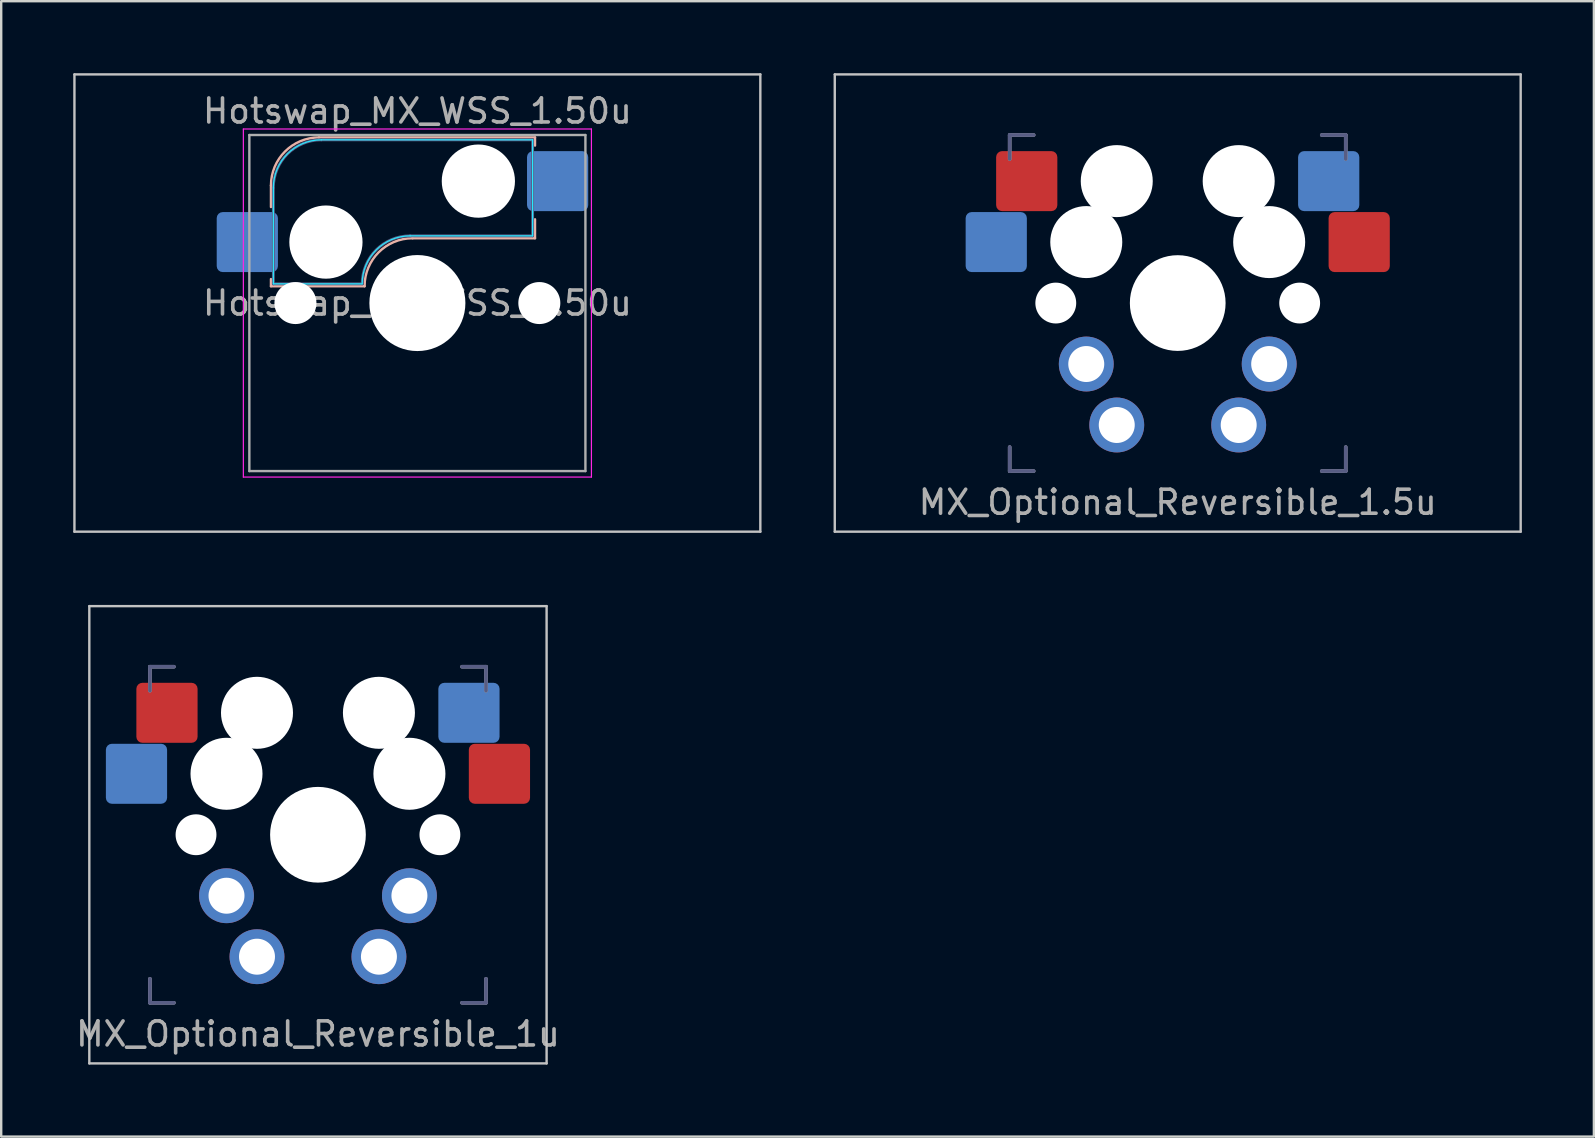
<source format=kicad_pcb>
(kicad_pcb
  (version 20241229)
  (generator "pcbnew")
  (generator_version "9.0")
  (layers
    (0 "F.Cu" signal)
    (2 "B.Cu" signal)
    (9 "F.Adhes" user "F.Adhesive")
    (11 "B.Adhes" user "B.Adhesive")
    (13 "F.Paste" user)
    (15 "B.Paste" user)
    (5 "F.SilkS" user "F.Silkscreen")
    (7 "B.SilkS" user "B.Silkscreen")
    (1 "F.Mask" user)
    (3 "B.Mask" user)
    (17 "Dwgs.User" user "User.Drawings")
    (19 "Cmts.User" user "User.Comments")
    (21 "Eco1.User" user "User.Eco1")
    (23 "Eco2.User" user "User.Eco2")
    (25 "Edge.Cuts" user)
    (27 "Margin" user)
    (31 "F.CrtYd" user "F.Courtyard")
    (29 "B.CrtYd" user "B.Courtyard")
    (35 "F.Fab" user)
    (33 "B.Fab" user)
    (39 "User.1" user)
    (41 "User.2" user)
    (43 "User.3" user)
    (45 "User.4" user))
  (footprint "Hotswap_MX_WSS_1.50u"
    (layer "F.Cu")
    (at 14.338 9.575)
    (property "Reference" "Hotswap_MX_WSS_1.50u" (at -0.000001 -8 0) (layer "F.Fab") (effects (font (size 1 1) (thickness 0.15))))
    (attr smd)
    (fp_line (start -6.1 -4.9) (end -6.1 -4) (stroke (width 0.1) (type default)) (layer "B.SilkS"))
    (fp_line (start -6.1 -0.7) (end -6.1 -1) (stroke (width 0.1) (type default)) (layer "B.SilkS"))
    (fp_line (start -6.1 -0.7) (end -2.2 -0.7) (stroke (width 0.1) (type default)) (layer "B.SilkS"))
    (fp_line (start -4.1 -6.9) (end 4.9 -6.9) (stroke (width 0.1) (type solid)) (layer "B.SilkS"))
    (fp_line (start -0.2 -2.7) (end 4.9 -2.7) (stroke (width 0.1) (type solid)) (layer "B.SilkS"))
    (fp_line (start 4.9 -6.9) (end 4.9 -6.56) (stroke (width 0.1) (type default)) (layer "B.SilkS"))
    (fp_line (start 4.9 -2.7) (end 4.9 -3.49) (stroke (width 0.1) (type default)) (layer "B.SilkS"))
    (fp_arc (start -6.1 -4.9) (mid -5.514214 -6.314214) (end -4.1 -6.9) (stroke (width 0.1) (type solid)) (layer "B.SilkS"))
    (fp_arc (start -2.2 -0.7) (mid -1.614214 -2.114213) (end -0.200001 -2.7) (stroke (width 0.1) (type solid)) (layer "B.SilkS"))
    (fp_line (start -14.287 -9.525) (end -14.287 9.525) (stroke (width 0.1) (type solid)) (layer "Dwgs.User"))
    (fp_line (start -14.287 9.525) (end 14.287 9.525) (stroke (width 0.1) (type solid)) (layer "Dwgs.User"))
    (fp_line (start 14.287 -9.525) (end -14.287 -9.525) (stroke (width 0.1) (type solid)) (layer "Dwgs.User"))
    (fp_line (start 14.287 9.525) (end 14.287 -9.525) (stroke (width 0.1) (type solid)) (layer "Dwgs.User"))
    (fp_line (start -7.8 2.9) (end -7 2.9) (stroke (width 0.1) (type solid)) (layer "Eco1.User"))
    (fp_line (start -7.8 -6) (end -7 -6) (stroke (width 0.1) (type solid)) (layer "Eco1.User"))
    (fp_line (start -7.8 6) (end -7.8 2.9) (stroke (width 0.1) (type solid)) (layer "Eco1.User"))
    (fp_line (start -7.8 -2.9) (end -7.8 -6) (stroke (width 0.1) (type solid)) (layer "Eco1.User"))
    (fp_line (start -7 -7) (end 7 -7) (stroke (width 0.1) (type solid)) (layer "Eco1.User"))
    (fp_line (start -7 -6) (end -7 -7) (stroke (width 0.1) (type solid)) (layer "Eco1.User"))
    (fp_line (start -7 -2.9) (end -7.8 -2.9) (stroke (width 0.1) (type solid)) (layer "Eco1.User"))
    (fp_line (start -7 2.9) (end -7 -2.9) (stroke (width 0.1) (type solid)) (layer "Eco1.User"))
    (fp_line (start -7 6) (end -7.8 6) (stroke (width 0.1) (type solid)) (layer "Eco1.User"))
    (fp_line (start -7 7) (end -7 6) (stroke (width 0.1) (type solid)) (layer "Eco1.User"))
    (fp_line (start 7 -7) (end 7 -6) (stroke (width 0.1) (type solid)) (layer "Eco1.User"))
    (fp_line (start 7 -6) (end 7.8 -6) (stroke (width 0.1) (type solid)) (layer "Eco1.User"))
    (fp_line (start 7 -2.9) (end 7 2.9) (stroke (width 0.1) (type solid)) (layer "Eco1.User"))
    (fp_line (start 7 2.9) (end 7.8 2.9) (stroke (width 0.1) (type solid)) (layer "Eco1.User"))
    (fp_line (start 7 6) (end 7 7) (stroke (width 0.1) (type solid)) (layer "Eco1.User"))
    (fp_line (start 7 7) (end -7 7) (stroke (width 0.1) (type solid)) (layer "Eco1.User"))
    (fp_line (start 7.8 2.9) (end 7.8 6) (stroke (width 0.1) (type solid)) (layer "Eco1.User"))
    (fp_line (start 7.8 -6) (end 7.8 -2.9) (stroke (width 0.1) (type solid)) (layer "Eco1.User"))
    (fp_line (start 7.8 6) (end 7 6) (stroke (width 0.1) (type solid)) (layer "Eco1.User"))
    (fp_line (start 7.8 -2.9) (end 7 -2.9) (stroke (width 0.1) (type solid)) (layer "Eco1.User"))
    (fp_line (start -6 -0.8) (end -6 -4.8) (stroke (width 0.05) (type solid)) (layer "B.CrtYd"))
    (fp_line (start -6 -0.8) (end -2.3 -0.8) (stroke (width 0.05) (type solid)) (layer "B.CrtYd"))
    (fp_line (start -4 -6.8) (end 4.8 -6.8) (stroke (width 0.05) (type solid)) (layer "B.CrtYd"))
    (fp_line (start -0.3 -2.8) (end 4.8 -2.8) (stroke (width 0.05) (type solid)) (layer "B.CrtYd"))
    (fp_line (start 4.8 -6.8) (end 4.8 -2.8) (stroke (width 0.05) (type solid)) (layer "B.CrtYd"))
    (fp_arc (start -6 -4.8) (mid -5.414214 -6.214213) (end -4 -6.8) (stroke (width 0.05) (type solid)) (layer "B.CrtYd"))
    (fp_arc (start -2.3 -0.8) (mid -1.714214 -2.214213) (end -0.3 -2.8) (stroke (width 0.05) (type solid)) (layer "B.CrtYd"))
    (fp_line (start -7.25 -7.25) (end -7.25 7.25) (stroke (width 0.05) (type solid)) (layer "F.CrtYd"))
    (fp_line (start -7.25 7.25) (end 7.25 7.25) (stroke (width 0.05) (type solid)) (layer "F.CrtYd"))
    (fp_line (start 7.25 -7.25) (end -7.25 -7.25) (stroke (width 0.05) (type solid)) (layer "F.CrtYd"))
    (fp_line (start 7.25 7.25) (end 7.25 -7.25) (stroke (width 0.05) (type solid)) (layer "F.CrtYd"))
    (fp_line (start -6 -0.8) (end -6 -4.8) (stroke (width 0.12) (type solid)) (layer "B.Fab"))
    (fp_line (start -6 -0.8) (end -2.3 -0.8) (stroke (width 0.12) (type solid)) (layer "B.Fab"))
    (fp_line (start -4 -6.8) (end 4.8 -6.8) (stroke (width 0.12) (type solid)) (layer "B.Fab"))
    (fp_line (start -0.3 -2.8) (end 4.8 -2.8) (stroke (width 0.12) (type solid)) (layer "B.Fab"))
    (fp_line (start 4.8 -6.8) (end 4.8 -2.8) (stroke (width 0.12) (type solid)) (layer "B.Fab"))
    (fp_arc (start -6 -4.8) (mid -5.414214 -6.214213) (end -4 -6.8) (stroke (width 0.12) (type solid)) (layer "B.Fab"))
    (fp_arc (start -2.3 -0.8) (mid -1.714214 -2.214213) (end -0.3 -2.8) (stroke (width 0.12) (type solid)) (layer "B.Fab"))
    (fp_line (start -7 -7) (end -7 7) (stroke (width 0.1) (type solid)) (layer "F.Fab"))
    (fp_line (start -7 7) (end 7 7) (stroke (width 0.1) (type solid)) (layer "F.Fab"))
    (fp_line (start 7 -7) (end -7 -7) (stroke (width 0.1) (type solid)) (layer "F.Fab"))
    (fp_line (start 7 7) (end 7 -7) (stroke (width 0.1) (type solid)) (layer "F.Fab"))
    (fp_text user "${REFERENCE}" (at 0 0 0) (layer "F.Fab") (effects (font (size 1 1) (thickness 0.15))))
    (pad "" np_thru_hole circle (at -5.08 0) (size 1.75 1.75) (drill 1.75) (layers "*.Cu" "*.Mask"))
    (pad "" np_thru_hole circle (at -3.81 -2.54) (size 3.05 3.05) (drill 3.05) (layers "*.Cu" "*.Mask"))
    (pad "" np_thru_hole circle (at 0 0) (size 4 4) (drill 4) (layers "*.Cu" "*.Mask"))
    (pad "" np_thru_hole circle (at 2.54 -5.08) (size 3.05 3.05) (drill 3.05) (layers "*.Cu" "*.Mask"))
    (pad "" np_thru_hole circle (at 5.08 0) (size 1.75 1.75) (drill 1.75) (layers "*.Cu" "*.Mask"))
    (pad "1" smd roundrect (at -7.085 -2.54) (size 2.55 2.5) (layers "B.Cu" "B.Mask" "B.Paste") (roundrect_rratio 0.1))
    (pad "2" smd roundrect (at 5.842 -5.08) (size 2.55 2.5) (layers "B.Cu" "B.Mask" "B.Paste") (roundrect_rratio 0.1)))
  (footprint "MX_Optional_Reversible_1u"
    (layer "F.Cu")
    (at 10.196 31.725)
    (property "Reference" "MX_Optional_Reversible_1u" (at 0 8.3 0) (layer "F.Fab") (effects (font (size 1 1) (thickness 0.15))))
    (attr through_hole)
    (fp_line (start -9.525 -9.525) (end -9.525 9.525) (stroke (width 0.1) (type solid)) (layer "Dwgs.User"))
    (fp_line (start -9.525 -9.525) (end 9.525 -9.525) (stroke (width 0.1) (type solid)) (layer "Dwgs.User"))
    (fp_line (start -9.525 9.525) (end 9.525 9.525) (stroke (width 0.1) (type solid)) (layer "Dwgs.User"))
    (fp_line (start 9.525 9.525) (end 9.525 -9.525) (stroke (width 0.1) (type solid)) (layer "Dwgs.User"))
    (fp_line (start -7.5 -7.5) (end 7.5 -7.5) (stroke (width 0.15) (type solid)) (layer "Eco2.User"))
    (fp_line (start -7.5 7.5) (end -7.5 -7.5) (stroke (width 0.15) (type solid)) (layer "Eco2.User"))
    (fp_line (start -6.9 6.9) (end -6.9 -6.9) (stroke (width 0.15) (type solid)) (layer "Eco2.User"))
    (fp_line (start -6.9 6.9) (end 6.9 6.9) (stroke (width 0.15) (type solid)) (layer "Eco2.User"))
    (fp_line (start 6.9 -6.9) (end -6.9 -6.9) (stroke (width 0.15) (type solid)) (layer "Eco2.User"))
    (fp_line (start 6.9 -6.9) (end 6.9 6.9) (stroke (width 0.15) (type solid)) (layer "Eco2.User"))
    (fp_line (start 7.5 -7.5) (end 7.5 7.5) (stroke (width 0.15) (type solid)) (layer "Eco2.User"))
    (fp_line (start 7.5 7.5) (end -7.5 7.5) (stroke (width 0.15) (type solid)) (layer "Eco2.User"))
    (fp_line (start -7 -7) (end -6 -7) (stroke (width 0.15) (type solid)) (layer "B.Fab"))
    (fp_line (start -7 -6) (end -7 -7) (stroke (width 0.15) (type solid)) (layer "B.Fab"))
    (fp_line (start -7 7) (end -7 6) (stroke (width 0.15) (type solid)) (layer "B.Fab"))
    (fp_line (start -6 7) (end -7 7) (stroke (width 0.15) (type solid)) (layer "B.Fab"))
    (fp_line (start 6 -7) (end 7 -7) (stroke (width 0.15) (type solid)) (layer "B.Fab"))
    (fp_line (start 7 -7) (end 7 -6) (stroke (width 0.15) (type solid)) (layer "B.Fab"))
    (fp_line (start 7 6) (end 7 7) (stroke (width 0.15) (type solid)) (layer "B.Fab"))
    (fp_line (start 7 7) (end 6 7) (stroke (width 0.15) (type solid)) (layer "B.Fab"))
    (fp_line (start -7 -7) (end -6 -7) (stroke (width 0.15) (type solid)) (layer "F.Fab"))
    (fp_line (start -7 -6) (end -7 -7) (stroke (width 0.15) (type solid)) (layer "F.Fab"))
    (fp_line (start -7 7) (end -7 6) (stroke (width 0.15) (type solid)) (layer "F.Fab"))
    (fp_line (start -6 7) (end -7 7) (stroke (width 0.15) (type solid)) (layer "F.Fab"))
    (fp_line (start 6 -7) (end 7 -7) (stroke (width 0.15) (type solid)) (layer "F.Fab"))
    (fp_line (start 7 -7) (end 7 -6) (stroke (width 0.15) (type solid)) (layer "F.Fab"))
    (fp_line (start 7 6) (end 7 7) (stroke (width 0.15) (type solid)) (layer "F.Fab"))
    (fp_line (start 7 7) (end 6 7) (stroke (width 0.15) (type solid)) (layer "F.Fab"))
    (pad "" np_thru_hole circle (at -5.08 0) (size 1.702 1.702) (drill 1.702) (layers "*.Cu" "*.Mask"))
    (pad "" np_thru_hole circle (at -3.81 -2.54 180) (size 3 3) (drill 3) (layers "*.Cu" "*.Mask"))
    (pad "" np_thru_hole circle (at -2.54 -5.08) (size 3 3) (drill 3) (layers "*.Cu" "*.Mask"))
    (pad "" np_thru_hole circle (at 0 0) (size 3.988 3.988) (drill 3.988) (layers "*.Cu" "*.Mask"))
    (pad "" np_thru_hole circle (at 2.54 -5.08 180) (size 3 3) (drill 3) (layers "*.Cu" "*.Mask"))
    (pad "" np_thru_hole circle (at 3.81 -2.54) (size 3 3) (drill 3) (layers "*.Cu" "*.Mask"))
    (pad "" np_thru_hole circle (at 5.08 0) (size 1.702 1.702) (drill 1.702) (layers "*.Cu" "*.Mask"))
    (pad "1" smd roundrect (at -6.29 -5.08) (size 2.55 2.5) (layers "F.Cu" "F.Mask" "F.Paste") (roundrect_rratio 0.1))
    (pad "1" thru_hole circle (at -3.81 2.54) (size 2.286 2.286) (drill 1.499) (layers "*.Cu" "*.Mask"))
    (pad "1" thru_hole circle (at 3.81 2.54 180) (size 2.286 2.286) (drill 1.499) (layers "*.Cu" "*.Mask"))
    (pad "1" smd roundrect (at 6.29 -5.08 180) (size 2.55 2.5) (layers "B.Cu" "B.Mask" "B.Paste") (roundrect_rratio 0.1))
    (pad "2" smd roundrect (at -7.56 -2.54 180) (size 2.55 2.5) (layers "B.Cu" "B.Mask" "B.Paste") (roundrect_rratio 0.1))
    (pad "2" thru_hole circle (at -2.54 5.08 180) (size 2.286 2.286) (drill 1.499) (layers "*.Cu" "*.Mask"))
    (pad "2" thru_hole circle (at 2.54 5.08) (size 2.286 2.286) (drill 1.499) (layers "*.Cu" "*.Mask"))
    (pad "2" smd roundrect (at 7.56 -2.54) (size 2.55 2.5) (layers "F.Cu" "F.Mask" "F.Paste") (roundrect_rratio 0.1)))
  (footprint "MX_Optional_Reversible_1.5u"
    (layer "F.Cu")
    (at 46.013 9.575)
    (property "Reference" "MX_Optional_Reversible_1.5u" (at 0 8.3 0) (layer "F.Fab") (effects (font (size 1 1) (thickness 0.15))))
    (attr through_hole)
    (fp_line (start -14.287 -9.525) (end -14.287 9.525) (stroke (width 0.1) (type solid)) (layer "Dwgs.User"))
    (fp_line (start -14.287 -9.525) (end 14.287 -9.525) (stroke (width 0.1) (type solid)) (layer "Dwgs.User"))
    (fp_line (start -14.287 9.525) (end 14.287 9.525) (stroke (width 0.1) (type solid)) (layer "Dwgs.User"))
    (fp_line (start 14.287 9.525) (end 14.287 -9.525) (stroke (width 0.1) (type solid)) (layer "Dwgs.User"))
    (fp_line (start -7.5 -7.5) (end 7.5 -7.5) (stroke (width 0.15) (type solid)) (layer "Eco2.User"))
    (fp_line (start -7.5 7.5) (end -7.5 -7.5) (stroke (width 0.15) (type solid)) (layer "Eco2.User"))
    (fp_line (start -6.9 6.9) (end -6.9 -6.9) (stroke (width 0.15) (type solid)) (layer "Eco2.User"))
    (fp_line (start -6.9 6.9) (end 6.9 6.9) (stroke (width 0.15) (type solid)) (layer "Eco2.User"))
    (fp_line (start 6.9 -6.9) (end -6.9 -6.9) (stroke (width 0.15) (type solid)) (layer "Eco2.User"))
    (fp_line (start 6.9 -6.9) (end 6.9 6.9) (stroke (width 0.15) (type solid)) (layer "Eco2.User"))
    (fp_line (start 7.5 -7.5) (end 7.5 7.5) (stroke (width 0.15) (type solid)) (layer "Eco2.User"))
    (fp_line (start 7.5 7.5) (end -7.5 7.5) (stroke (width 0.15) (type solid)) (layer "Eco2.User"))
    (fp_line (start -7 -7) (end -6 -7) (stroke (width 0.15) (type solid)) (layer "B.Fab"))
    (fp_line (start -7 -6) (end -7 -7) (stroke (width 0.15) (type solid)) (layer "B.Fab"))
    (fp_line (start -7 7) (end -7 6) (stroke (width 0.15) (type solid)) (layer "B.Fab"))
    (fp_line (start -6 7) (end -7 7) (stroke (width 0.15) (type solid)) (layer "B.Fab"))
    (fp_line (start 6 -7) (end 7 -7) (stroke (width 0.15) (type solid)) (layer "B.Fab"))
    (fp_line (start 7 -7) (end 7 -6) (stroke (width 0.15) (type solid)) (layer "B.Fab"))
    (fp_line (start 7 6) (end 7 7) (stroke (width 0.15) (type solid)) (layer "B.Fab"))
    (fp_line (start 7 7) (end 6 7) (stroke (width 0.15) (type solid)) (layer "B.Fab"))
    (fp_line (start -7 -7) (end -6 -7) (stroke (width 0.15) (type solid)) (layer "F.Fab"))
    (fp_line (start -7 -6) (end -7 -7) (stroke (width 0.15) (type solid)) (layer "F.Fab"))
    (fp_line (start -7 7) (end -7 6) (stroke (width 0.15) (type solid)) (layer "F.Fab"))
    (fp_line (start -6 7) (end -7 7) (stroke (width 0.15) (type solid)) (layer "F.Fab"))
    (fp_line (start 6 -7) (end 7 -7) (stroke (width 0.15) (type solid)) (layer "F.Fab"))
    (fp_line (start 7 -7) (end 7 -6) (stroke (width 0.15) (type solid)) (layer "F.Fab"))
    (fp_line (start 7 6) (end 7 7) (stroke (width 0.15) (type solid)) (layer "F.Fab"))
    (fp_line (start 7 7) (end 6 7) (stroke (width 0.15) (type solid)) (layer "F.Fab"))
    (pad "" np_thru_hole circle (at -5.08 0) (size 1.702 1.702) (drill 1.702) (layers "*.Cu" "*.Mask"))
    (pad "" np_thru_hole circle (at -3.81 -2.54 180) (size 3 3) (drill 3) (layers "*.Cu" "*.Mask"))
    (pad "" np_thru_hole circle (at -2.54 -5.08) (size 3 3) (drill 3) (layers "*.Cu" "*.Mask"))
    (pad "" np_thru_hole circle (at 0 0) (size 3.988 3.988) (drill 3.988) (layers "*.Cu" "*.Mask"))
    (pad "" np_thru_hole circle (at 2.54 -5.08 180) (size 3 3) (drill 3) (layers "*.Cu" "*.Mask"))
    (pad "" np_thru_hole circle (at 3.81 -2.54) (size 3 3) (drill 3) (layers "*.Cu" "*.Mask"))
    (pad "" np_thru_hole circle (at 5.08 0) (size 1.702 1.702) (drill 1.702) (layers "*.Cu" "*.Mask"))
    (pad "1" smd roundrect (at -6.29 -5.08) (size 2.55 2.5) (layers "F.Cu" "F.Mask" "F.Paste") (roundrect_rratio 0.1))
    (pad "1" thru_hole circle (at -3.81 2.54) (size 2.286 2.286) (drill 1.499) (layers "*.Cu" "*.Mask"))
    (pad "1" thru_hole circle (at 3.81 2.54 180) (size 2.286 2.286) (drill 1.499) (layers "*.Cu" "*.Mask"))
    (pad "1" smd roundrect (at 6.29 -5.08 180) (size 2.55 2.5) (layers "B.Cu" "B.Mask" "B.Paste") (roundrect_rratio 0.1))
    (pad "2" smd roundrect (at -7.56 -2.54 180) (size 2.55 2.5) (layers "B.Cu" "B.Mask" "B.Paste") (roundrect_rratio 0.1))
    (pad "2" thru_hole circle (at -2.54 5.08 180) (size 2.286 2.286) (drill 1.499) (layers "*.Cu" "*.Mask"))
    (pad "2" thru_hole circle (at 2.54 5.08) (size 2.286 2.286) (drill 1.499) (layers "*.Cu" "*.Mask"))
    (pad "2" smd roundrect (at 7.56 -2.54) (size 2.55 2.5) (layers "F.Cu" "F.Mask" "F.Paste") (roundrect_rratio 0.1)))
  (gr_rect
    (start -3 -3)
    (end 63.35 44.3)
    (stroke (width 0.1) (type default))
    (fill no)
    (layer "Edge.Cuts")))
</source>
